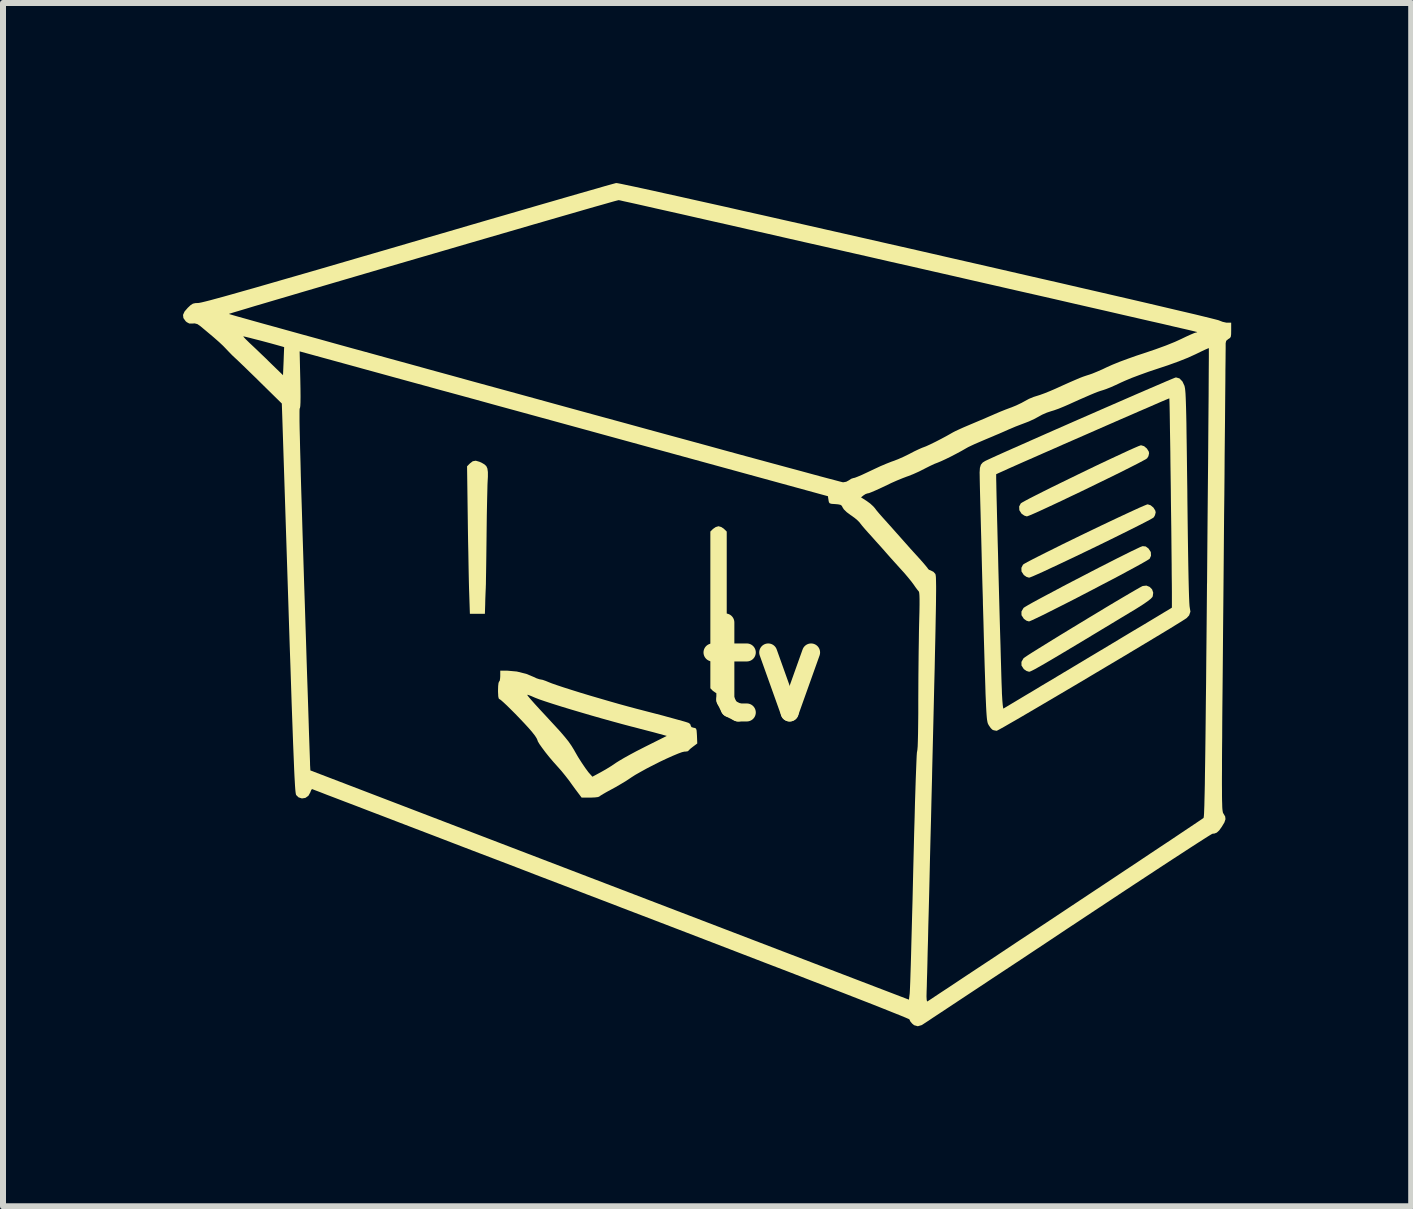
<source format=kicad_pcb>
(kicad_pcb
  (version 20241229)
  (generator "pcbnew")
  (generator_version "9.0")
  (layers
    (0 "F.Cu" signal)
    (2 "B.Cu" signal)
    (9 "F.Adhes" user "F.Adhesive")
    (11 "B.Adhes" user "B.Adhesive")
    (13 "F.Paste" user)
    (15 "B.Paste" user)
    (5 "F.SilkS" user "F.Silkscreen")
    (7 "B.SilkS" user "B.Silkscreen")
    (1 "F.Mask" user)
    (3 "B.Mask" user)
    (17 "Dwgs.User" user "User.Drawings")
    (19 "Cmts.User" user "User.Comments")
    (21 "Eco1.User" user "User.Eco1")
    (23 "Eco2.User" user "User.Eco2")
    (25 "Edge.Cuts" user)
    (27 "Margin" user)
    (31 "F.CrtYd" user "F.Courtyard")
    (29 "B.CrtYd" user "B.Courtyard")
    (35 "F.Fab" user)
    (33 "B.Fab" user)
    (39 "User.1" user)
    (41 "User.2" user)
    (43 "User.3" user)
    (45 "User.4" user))
  (footprint "tv"
    (layer "F.Cu")
    (at 9.68 8.144)
    (property "Reference" "tv" (at 0 0 0) (layer "F.SilkS") (effects (font (size 1.5 1.5) (thickness 0.3))))
    (attr board_only exclude_from_pos_files exclude_from_bom)
    (fp_poly (pts (xy -0.711 -2.412) (xy -0.666 -2.382) (xy -0.665 -2.38) (xy -0.62 -2.336) (xy -0.62 -1.03) (xy -0.62 0.275) (xy -0.665 0.32) (xy -0.709 0.351) (xy -0.755 0.365) (xy -0.757 0.365) (xy -0.802 0.352) (xy -0.847 0.321) (xy -0.849 0.32) (xy -0.893 0.275) (xy -0.893 -1.03) (xy -0.893 -2.336) (xy -0.849 -2.38) (xy -0.804 -2.411) (xy -0.758 -2.425) (xy -0.757 -2.425)) (stroke (width 0) (type solid)) (fill yes) (layer "F.SilkS"))
    (fp_poly (pts (xy -4.74 -3.499) (xy -4.704 -3.483) (xy -4.658 -3.456) (xy -4.626 -3.426) (xy -4.608 -3.386) (xy -4.6 -3.329) (xy -4.6 -3.248) (xy -4.604 -3.176) (xy -4.607 -3.113) (xy -4.609 -3.019) (xy -4.612 -2.9) (xy -4.615 -2.76) (xy -4.618 -2.606) (xy -4.62 -2.442) (xy -4.622 -2.274) (xy -4.622 -2.261) (xy -4.624 -2.096) (xy -4.626 -1.937) (xy -4.628 -1.79) (xy -4.63 -1.658) (xy -4.632 -1.548) (xy -4.633 -1.463) (xy -4.635 -1.409) (xy -4.635 -1.404) (xy -4.639 -1.314) (xy -4.643 -1.21) (xy -4.645 -1.117) (xy -4.65 -0.966) (xy -4.775 -0.966) (xy -4.9 -0.966) (xy -4.911 -1.299) (xy -4.914 -1.387) (xy -4.917 -1.506) (xy -4.92 -1.65) (xy -4.923 -1.814) (xy -4.926 -1.994) (xy -4.93 -2.182) (xy -4.933 -2.375) (xy -4.935 -2.528) (xy -4.947 -3.424) (xy -4.899 -3.472) (xy -4.852 -3.508) (xy -4.802 -3.517)) (stroke (width 0) (type solid)) (fill yes) (layer "F.SilkS"))
    (fp_poly (pts (xy 6.335 -3.759) (xy 6.381 -3.72) (xy 6.412 -3.671) (xy 6.418 -3.641) (xy 6.407 -3.592) (xy 6.386 -3.558) (xy 6.364 -3.542) (xy 6.312 -3.514) (xy 6.235 -3.473) (xy 6.135 -3.422) (xy 6.016 -3.362) (xy 5.882 -3.295) (xy 5.737 -3.224) (xy 5.583 -3.149) (xy 5.425 -3.072) (xy 5.266 -2.995) (xy 5.11 -2.921) (xy 4.96 -2.849) (xy 4.819 -2.783) (xy 4.692 -2.724) (xy 4.582 -2.673) (xy 4.492 -2.633) (xy 4.426 -2.605) (xy 4.388 -2.591) (xy 4.381 -2.589) (xy 4.339 -2.602) (xy 4.295 -2.632) (xy 4.293 -2.634) (xy 4.256 -2.692) (xy 4.253 -2.754) (xy 4.28 -2.806) (xy 4.303 -2.821) (xy 4.355 -2.85) (xy 4.432 -2.891) (xy 4.532 -2.942) (xy 4.651 -3.002) (xy 4.785 -3.069) (xy 4.93 -3.14) (xy 5.084 -3.215) (xy 5.242 -3.292) (xy 5.401 -3.369) (xy 5.557 -3.444) (xy 5.707 -3.515) (xy 5.848 -3.581) (xy 5.975 -3.64) (xy 6.085 -3.691) (xy 6.175 -3.731) (xy 6.24 -3.759) (xy 6.278 -3.773) (xy 6.285 -3.774)) (stroke (width 0) (type solid)) (fill yes) (layer "F.SilkS"))
    (fp_poly (pts (xy 6.362 -2.088) (xy 6.408 -2.054) (xy 6.447 -1.995) (xy 6.45 -1.933) (xy 6.428 -1.884) (xy 6.407 -1.869) (xy 6.357 -1.839) (xy 6.281 -1.796) (xy 6.183 -1.742) (xy 6.066 -1.679) (xy 5.935 -1.608) (xy 5.791 -1.532) (xy 5.639 -1.453) (xy 5.483 -1.371) (xy 5.325 -1.289) (xy 5.169 -1.208) (xy 5.018 -1.131) (xy 4.877 -1.06) (xy 4.748 -0.995) (xy 4.636 -0.939) (xy 4.542 -0.894) (xy 4.472 -0.861) (xy 4.428 -0.842) (xy 4.415 -0.839) (xy 4.375 -0.851) (xy 4.332 -0.881) (xy 4.33 -0.884) (xy 4.292 -0.942) (xy 4.291 -1.003) (xy 4.325 -1.062) (xy 4.326 -1.064) (xy 4.35 -1.08) (xy 4.402 -1.111) (xy 4.48 -1.155) (xy 4.581 -1.21) (xy 4.699 -1.273) (xy 4.833 -1.344) (xy 4.977 -1.421) (xy 5.13 -1.501) (xy 5.287 -1.582) (xy 5.444 -1.664) (xy 5.599 -1.744) (xy 5.747 -1.819) (xy 5.886 -1.89) (xy 6.011 -1.952) (xy 6.119 -2.006) (xy 6.207 -2.048) (xy 6.27 -2.078) (xy 6.307 -2.092) (xy 6.311 -2.093)) (stroke (width 0) (type solid)) (fill yes) (layer "F.SilkS"))
    (fp_poly (pts (xy 6.444 -2.774) (xy 6.49 -2.736) (xy 6.521 -2.687) (xy 6.528 -2.656) (xy 6.516 -2.608) (xy 6.496 -2.573) (xy 6.474 -2.558) (xy 6.422 -2.529) (xy 6.344 -2.488) (xy 6.244 -2.437) (xy 6.125 -2.377) (xy 5.99 -2.31) (xy 5.843 -2.237) (xy 5.688 -2.161) (xy 5.528 -2.083) (xy 5.366 -2.005) (xy 5.206 -1.928) (xy 5.052 -1.855) (xy 4.906 -1.786) (xy 4.773 -1.724) (xy 4.656 -1.669) (xy 4.558 -1.625) (xy 4.483 -1.592) (xy 4.435 -1.573) (xy 4.418 -1.568) (xy 4.375 -1.581) (xy 4.332 -1.611) (xy 4.33 -1.613) (xy 4.292 -1.671) (xy 4.29 -1.732) (xy 4.317 -1.785) (xy 4.339 -1.8) (xy 4.391 -1.829) (xy 4.469 -1.87) (xy 4.569 -1.921) (xy 4.688 -1.981) (xy 4.823 -2.048) (xy 4.969 -2.121) (xy 5.125 -2.197) (xy 5.285 -2.275) (xy 5.447 -2.353) (xy 5.607 -2.43) (xy 5.761 -2.503) (xy 5.907 -2.572) (xy 6.04 -2.634) (xy 6.157 -2.688) (xy 6.255 -2.733) (xy 6.329 -2.765) (xy 6.378 -2.785) (xy 6.395 -2.79)) (stroke (width 0) (type solid)) (fill yes) (layer "F.SilkS"))
    (fp_poly (pts (xy 6.428 -1.414) (xy 6.468 -1.373) (xy 6.487 -1.318) (xy 6.479 -1.258) (xy 6.472 -1.244) (xy 6.446 -1.216) (xy 6.391 -1.173) (xy 6.314 -1.12) (xy 6.218 -1.059) (xy 6.2 -1.048) (xy 5.923 -0.881) (xy 5.676 -0.732) (xy 5.457 -0.6) (xy 5.265 -0.484) (xy 5.097 -0.384) (xy 4.952 -0.297) (xy 4.829 -0.224) (xy 4.725 -0.163) (xy 4.639 -0.113) (xy 4.57 -0.074) (xy 4.517 -0.044) (xy 4.476 -0.023) (xy 4.447 -0.009) (xy 4.428 -0.002) (xy 4.419 -0.000001) (xy 4.376 -0.013) (xy 4.332 -0.043) (xy 4.33 -0.045) (xy 4.292 -0.103) (xy 4.291 -0.164) (xy 4.325 -0.224) (xy 4.326 -0.225) (xy 4.348 -0.241) (xy 4.398 -0.275) (xy 4.473 -0.323) (xy 4.569 -0.383) (xy 4.684 -0.454) (xy 4.813 -0.534) (xy 4.953 -0.62) (xy 5.101 -0.71) (xy 5.254 -0.803) (xy 5.409 -0.897) (xy 5.562 -0.989) (xy 5.709 -1.078) (xy 5.848 -1.161) (xy 5.975 -1.236) (xy 6.087 -1.302) (xy 6.18 -1.356) (xy 6.251 -1.397) (xy 6.297 -1.422) (xy 6.312 -1.429) (xy 6.373 -1.436)) (stroke (width 0) (type solid)) (fill yes) (layer "F.SilkS"))
    (fp_poly (pts (xy -4.118 -0.004) (xy -3.961 0.035) (xy -3.845 0.083) (xy -3.789 0.109) (xy -3.741 0.125) (xy -3.723 0.128) (xy -3.687 0.135) (xy -3.633 0.154) (xy -3.59 0.172) (xy -3.534 0.194) (xy -3.448 0.224) (xy -3.337 0.261) (xy -3.205 0.303) (xy -3.058 0.349) (xy -2.899 0.397) (xy -2.735 0.445) (xy -2.57 0.493) (xy -2.409 0.539) (xy -2.256 0.581) (xy -2.118 0.618) (xy -2.036 0.639) (xy -1.925 0.668) (xy -1.801 0.7) (xy -1.682 0.731) (xy -1.614 0.75) (xy -1.522 0.775) (xy -1.432 0.8) (xy -1.356 0.821) (xy -1.317 0.832) (xy -1.258 0.851) (xy -1.229 0.871) (xy -1.222 0.893) (xy -1.208 0.922) (xy -1.172 0.933) (xy -1.145 0.938) (xy -1.13 0.951) (xy -1.122 0.979) (xy -1.118 1.032) (xy -1.116 1.067) (xy -1.111 1.195) (xy -1.184 1.25) (xy -1.226 1.283) (xy -1.253 1.309) (xy -1.258 1.317) (xy -1.274 1.326) (xy -1.314 1.331) (xy -1.327 1.331) (xy -1.366 1.34) (xy -1.431 1.364) (xy -1.517 1.4) (xy -1.618 1.445) (xy -1.728 1.497) (xy -1.841 1.554) (xy -1.952 1.611) (xy -2.055 1.668) (xy -2.145 1.719) (xy -2.215 1.764) (xy -2.225 1.771) (xy -2.291 1.815) (xy -2.377 1.867) (xy -2.471 1.922) (xy -2.539 1.959) (xy -2.615 2) (xy -2.68 2.037) (xy -2.725 2.065) (xy -2.745 2.08) (xy -2.745 2.08) (xy -2.767 2.088) (xy -2.816 2.094) (xy -2.882 2.097) (xy -2.897 2.097) (xy -3.038 2.097) (xy -3.101 2.013) (xy -3.144 1.956) (xy -3.197 1.883) (xy -3.248 1.812) (xy -3.249 1.811) (xy -3.307 1.736) (xy -3.375 1.652) (xy -3.44 1.579) (xy -3.441 1.578) (xy -3.508 1.503) (xy -3.577 1.422) (xy -3.641 1.342) (xy -3.697 1.267) (xy -3.741 1.205) (xy -3.768 1.159) (xy -3.774 1.14) (xy -3.786 1.112) (xy -3.815 1.066) (xy -3.858 1.011) (xy -3.869 0.997) (xy -3.924 0.934) (xy -3.991 0.861) (xy -4.065 0.783) (xy -4.141 0.704) (xy -4.216 0.629) (xy -4.284 0.562) (xy -4.342 0.508) (xy -4.384 0.471) (xy -4.407 0.456) (xy -4.408 0.456) (xy -4.42 0.444) (xy -4.428 0.405) (xy -4.428 0.388) (xy -3.943 0.388) (xy -3.933 0.403) (xy -3.91 0.432) (xy -3.872 0.476) (xy -3.817 0.538) (xy -3.743 0.619) (xy -3.648 0.721) (xy -3.531 0.848) (xy -3.491 0.891) (xy -3.393 0.998) (xy -3.317 1.087) (xy -3.256 1.163) (xy -3.206 1.235) (xy -3.162 1.307) (xy -3.154 1.322) (xy -3.097 1.421) (xy -3.035 1.518) (xy -2.976 1.605) (xy -2.925 1.674) (xy -2.903 1.699) (xy -2.858 1.749) (xy -2.719 1.674) (xy -2.634 1.626) (xy -2.543 1.57) (xy -2.465 1.517) (xy -2.462 1.515) (xy -2.409 1.482) (xy -2.331 1.436) (xy -2.234 1.382) (xy -2.124 1.323) (xy -2.01 1.265) (xy -1.981 1.25) (xy -1.619 1.069) (xy -1.772 1.027) (xy -1.845 1.007) (xy -1.942 0.982) (xy -2.054 0.953) (xy -2.167 0.923) (xy -2.208 0.913) (xy -2.359 0.873) (xy -2.523 0.828) (xy -2.696 0.78) (xy -2.871 0.73) (xy -3.045 0.679) (xy -3.214 0.629) (xy -3.372 0.581) (xy -3.515 0.536) (xy -3.638 0.496) (xy -3.738 0.462) (xy -3.808 0.435) (xy -3.827 0.427) (xy -3.882 0.403) (xy -3.925 0.387) (xy -3.942 0.383) (xy -3.943 0.388) (xy -4.428 0.388) (xy -4.431 0.336) (xy -4.431 0.31) (xy -4.429 0.238) (xy -4.423 0.187) (xy -4.414 0.165) (xy -4.413 0.164) (xy -4.402 0.148) (xy -4.396 0.106) (xy -4.394 0.073) (xy -4.394 -0.018) (xy -4.274 -0.018)) (stroke (width 0) (type solid)) (fill yes) (layer "F.SilkS"))
    (fp_poly (pts (xy 6.925 -4.888) (xy 6.974 -4.837) (xy 7.008 -4.764) (xy 7.012 -4.745) (xy 7.017 -4.719) (xy 7.021 -4.683) (xy 7.025 -4.635) (xy 7.028 -4.573) (xy 7.031 -4.495) (xy 7.034 -4.399) (xy 7.037 -4.282) (xy 7.04 -4.142) (xy 7.042 -3.978) (xy 7.045 -3.786) (xy 7.048 -3.566) (xy 7.051 -3.314) (xy 7.055 -3.029) (xy 7.056 -2.894) (xy 7.06 -2.553) (xy 7.064 -2.247) (xy 7.068 -1.978) (xy 7.072 -1.744) (xy 7.076 -1.545) (xy 7.08 -1.381) (xy 7.084 -1.252) (xy 7.088 -1.157) (xy 7.092 -1.096) (xy 7.096 -1.068) (xy 7.096 -1.067) (xy 7.107 -1.002) (xy 7.085 -0.939) (xy 7.043 -0.894) (xy 7.013 -0.874) (xy 6.955 -0.837) (xy 6.872 -0.786) (xy 6.767 -0.721) (xy 6.641 -0.645) (xy 6.498 -0.559) (xy 6.34 -0.464) (xy 6.17 -0.362) (xy 5.99 -0.254) (xy 5.803 -0.143) (xy 5.611 -0.029) (xy 5.418 0.086) (xy 5.225 0.201) (xy 5.035 0.313) (xy 4.85 0.422) (xy 4.675 0.525) (xy 4.51 0.622) (xy 4.358 0.711) (xy 4.223 0.79) (xy 4.106 0.857) (xy 4.011 0.912) (xy 3.939 0.952) (xy 3.893 0.977) (xy 3.877 0.984) (xy 3.829 0.975) (xy 3.806 0.965) (xy 3.778 0.937) (xy 3.747 0.892) (xy 3.738 0.876) (xy 3.732 0.863) (xy 3.727 0.848) (xy 3.723 0.828) (xy 3.718 0.8) (xy 3.714 0.764) (xy 3.71 0.716) (xy 3.706 0.656) (xy 3.702 0.58) (xy 3.698 0.486) (xy 3.693 0.374) (xy 3.689 0.239) (xy 3.684 0.081) (xy 3.678 -0.102) (xy 3.672 -0.314) (xy 3.665 -0.555) (xy 3.658 -0.827) (xy 3.649 -1.134) (xy 3.648 -1.207) (xy 3.64 -1.477) (xy 3.633 -1.738) (xy 3.627 -1.987) (xy 3.621 -2.223) (xy 3.615 -2.443) (xy 3.61 -2.644) (xy 3.605 -2.823) (xy 3.601 -2.979) (xy 3.598 -3.109) (xy 3.596 -3.21) (xy 3.595 -3.273) (xy 3.87 -3.273) (xy 3.87 -3.221) (xy 3.872 -3.139) (xy 3.874 -3.029) (xy 3.877 -2.894) (xy 3.881 -2.738) (xy 3.885 -2.563) (xy 3.89 -2.373) (xy 3.895 -2.169) (xy 3.901 -1.956) (xy 3.906 -1.736) (xy 3.912 -1.511) (xy 3.918 -1.286) (xy 3.924 -1.063) (xy 3.93 -0.845) (xy 3.936 -0.635) (xy 3.942 -0.436) (xy 3.947 -0.25) (xy 3.952 -0.081) (xy 3.956 0.068) (xy 3.96 0.194) (xy 3.964 0.295) (xy 3.966 0.367) (xy 3.968 0.397) (xy 3.973 0.481) (xy 3.979 0.55) (xy 3.985 0.596) (xy 3.99 0.614) (xy 3.991 0.614) (xy 4.008 0.603) (xy 4.054 0.576) (xy 4.127 0.532) (xy 4.224 0.474) (xy 4.344 0.402) (xy 4.484 0.319) (xy 4.641 0.224) (xy 4.815 0.121) (xy 5.001 0.009) (xy 5.199 -0.109) (xy 5.397 -0.228) (xy 5.603 -0.351) (xy 5.8 -0.469) (xy 5.986 -0.581) (xy 6.158 -0.684) (xy 6.315 -0.777) (xy 6.453 -0.86) (xy 6.571 -0.931) (xy 6.667 -0.989) (xy 6.738 -1.031) (xy 6.782 -1.058) (xy 6.797 -1.067) (xy 6.798 -1.086) (xy 6.798 -1.137) (xy 6.798 -1.22) (xy 6.798 -1.329) (xy 6.797 -1.463) (xy 6.795 -1.618) (xy 6.794 -1.791) (xy 6.792 -1.98) (xy 6.79 -2.18) (xy 6.788 -2.389) (xy 6.785 -2.605) (xy 6.782 -2.823) (xy 6.78 -3.041) (xy 6.777 -3.256) (xy 6.774 -3.464) (xy 6.772 -3.663) (xy 6.769 -3.85) (xy 6.766 -4.022) (xy 6.764 -4.175) (xy 6.762 -4.306) (xy 6.76 -4.413) (xy 6.758 -4.492) (xy 6.756 -4.541) (xy 6.755 -4.556) (xy 6.738 -4.549) (xy 6.691 -4.53) (xy 6.616 -4.498) (xy 6.517 -4.455) (xy 6.396 -4.402) (xy 6.256 -4.342) (xy 6.101 -4.274) (xy 5.932 -4.201) (xy 5.754 -4.123) (xy 5.569 -4.042) (xy 5.38 -3.959) (xy 5.19 -3.876) (xy 5.002 -3.794) (xy 4.819 -3.713) (xy 4.643 -3.636) (xy 4.478 -3.563) (xy 4.327 -3.497) (xy 4.192 -3.437) (xy 4.077 -3.386) (xy 3.985 -3.344) (xy 3.918 -3.314) (xy 3.879 -3.296) (xy 3.87 -3.292) (xy 3.87 -3.273) (xy 3.595 -3.273) (xy 3.595 -3.28) (xy 3.594 -3.316) (xy 3.594 -3.319) (xy 3.599 -3.397) (xy 3.615 -3.45) (xy 3.646 -3.487) (xy 3.688 -3.513) (xy 3.726 -3.531) (xy 3.793 -3.562) (xy 3.885 -3.604) (xy 4.001 -3.656) (xy 4.138 -3.717) (xy 4.292 -3.785) (xy 4.461 -3.86) (xy 4.642 -3.94) (xy 4.832 -4.024) (xy 5.028 -4.11) (xy 5.228 -4.198) (xy 5.428 -4.285) (xy 5.626 -4.372) (xy 5.819 -4.456) (xy 6.005 -4.537) (xy 6.179 -4.613) (xy 6.341 -4.683) (xy 6.485 -4.745) (xy 6.611 -4.799) (xy 6.715 -4.844) (xy 6.794 -4.877) (xy 6.845 -4.898) (xy 6.866 -4.905) (xy 6.866 -4.905)) (stroke (width 0) (type solid)) (fill yes) (layer "F.SilkS"))
    (fp_poly (pts (xy -2.438 -8.141) (xy -2.38 -8.13) (xy -2.291 -8.111) (xy -2.171 -8.086) (xy -2.023 -8.054) (xy -1.848 -8.016) (xy -1.647 -7.971) (xy -1.424 -7.922) (xy -1.179 -7.867) (xy -0.914 -7.808) (xy -0.631 -7.745) (xy -0.332 -7.677) (xy -0.018 -7.607) (xy 0.308 -7.533) (xy 0.646 -7.457) (xy 0.993 -7.378) (xy 1.347 -7.298) (xy 1.708 -7.216) (xy 2.072 -7.133) (xy 2.439 -7.05) (xy 2.806 -6.966) (xy 3.172 -6.882) (xy 3.536 -6.799) (xy 3.894 -6.717) (xy 4.246 -6.636) (xy 4.59 -6.557) (xy 4.924 -6.481) (xy 5.247 -6.406) (xy 5.556 -6.335) (xy 5.85 -6.267) (xy 6.127 -6.203) (xy 6.385 -6.143) (xy 6.623 -6.087) (xy 6.839 -6.036) (xy 7.031 -5.991) (xy 7.197 -5.952) (xy 7.336 -5.918) (xy 7.446 -5.891) (xy 7.525 -5.871) (xy 7.571 -5.859) (xy 7.582 -5.855) (xy 7.644 -5.831) (xy 7.707 -5.817) (xy 7.721 -5.817) (xy 7.786 -5.817) (xy 7.786 -5.692) (xy 7.785 -5.625) (xy 7.78 -5.585) (xy 7.767 -5.563) (xy 7.745 -5.548) (xy 7.74 -5.546) (xy 7.703 -5.515) (xy 7.694 -5.475) (xy 7.694 -5.452) (xy 7.694 -5.395) (xy 7.693 -5.304) (xy 7.692 -5.182) (xy 7.69 -5.03) (xy 7.689 -4.851) (xy 7.687 -4.645) (xy 7.685 -4.414) (xy 7.683 -4.161) (xy 7.68 -3.887) (xy 7.677 -3.593) (xy 7.675 -3.281) (xy 7.672 -2.954) (xy 7.668 -2.612) (xy 7.665 -2.257) (xy 7.662 -1.892) (xy 7.659 -1.552) (xy 7.655 -1.11) (xy 7.651 -0.702) (xy 7.648 -0.329) (xy 7.645 0.013) (xy 7.642 0.324) (xy 7.639 0.606) (xy 7.637 0.86) (xy 7.636 1.088) (xy 7.634 1.291) (xy 7.633 1.471) (xy 7.633 1.629) (xy 7.632 1.767) (xy 7.632 1.886) (xy 7.633 1.987) (xy 7.633 2.072) (xy 7.634 2.143) (xy 7.636 2.201) (xy 7.637 2.247) (xy 7.639 2.282) (xy 7.642 2.31) (xy 7.645 2.329) (xy 7.648 2.344) (xy 7.651 2.353) (xy 7.655 2.36) (xy 7.659 2.366) (xy 7.659 2.366) (xy 7.686 2.412) (xy 7.691 2.457) (xy 7.673 2.511) (xy 7.631 2.581) (xy 7.586 2.644) (xy 7.547 2.68) (xy 7.507 2.696) (xy 7.475 2.699) (xy 7.456 2.709) (xy 7.408 2.738) (xy 7.334 2.785) (xy 7.234 2.849) (xy 7.11 2.929) (xy 6.964 3.024) (xy 6.798 3.132) (xy 6.613 3.253) (xy 6.411 3.386) (xy 6.193 3.529) (xy 5.961 3.682) (xy 5.718 3.843) (xy 5.464 4.011) (xy 5.2 4.186) (xy 5.053 4.283) (xy 4.786 4.461) (xy 4.527 4.633) (xy 4.277 4.799) (xy 4.038 4.957) (xy 3.812 5.106) (xy 3.601 5.246) (xy 3.406 5.375) (xy 3.229 5.492) (xy 3.072 5.596) (xy 2.936 5.686) (xy 2.822 5.761) (xy 2.734 5.82) (xy 2.671 5.861) (xy 2.636 5.884) (xy 2.629 5.888) (xy 2.564 5.907) (xy 2.503 5.89) (xy 2.47 5.863) (xy 2.439 5.826) (xy 2.425 5.795) (xy 2.425 5.793) (xy 2.408 5.784) (xy 2.357 5.762) (xy 2.272 5.727) (xy 2.154 5.68) (xy 2.002 5.619) (xy 1.818 5.546) (xy 1.6 5.461) (xy 1.349 5.363) (xy 1.065 5.253) (xy 0.749 5.131) (xy 0.401 4.996) (xy 0.02 4.85) (xy -0.393 4.691) (xy -0.837 4.52) (xy -1.313 4.337) (xy -1.821 4.142) (xy -2.36 3.936) (xy -2.546 3.864) (xy -2.955 3.708) (xy -3.355 3.554) (xy -3.746 3.405) (xy -4.124 3.259) (xy -4.49 3.119) (xy -4.842 2.985) (xy -5.178 2.856) (xy -5.498 2.733) (xy -5.799 2.618) (xy -6.081 2.51) (xy -6.341 2.41) (xy -6.58 2.319) (xy -6.795 2.236) (xy -6.985 2.164) (xy -7.149 2.101) (xy -7.286 2.049) (xy -7.393 2.007) (xy -7.47 1.978) (xy -7.516 1.96) (xy -7.529 1.955) (xy -7.542 1.967) (xy -7.557 2.003) (xy -7.559 2.01) (xy -7.591 2.067) (xy -7.641 2.102) (xy -7.699 2.111) (xy -7.755 2.093) (xy -7.795 2.054) (xy -7.798 2.045) (xy -7.802 2.026) (xy -7.806 1.996) (xy -7.81 1.954) (xy -7.814 1.898) (xy -7.818 1.827) (xy -7.823 1.739) (xy -7.828 1.633) (xy -7.833 1.507) (xy -7.839 1.36) (xy -7.846 1.19) (xy -7.853 0.995) (xy -7.861 0.775) (xy -7.87 0.528) (xy -7.879 0.252) (xy -7.889 -0.054) (xy -7.901 -0.392) (xy -7.913 -0.763) (xy -7.926 -1.169) (xy -7.928 -1.229) (xy -8.027 -4.269) (xy -7.739 -4.269) (xy -7.739 -4.175) (xy -7.737 -4.052) (xy -7.733 -3.899) (xy -7.729 -3.717) (xy -7.723 -3.504) (xy -7.717 -3.259) (xy -7.709 -2.982) (xy -7.699 -2.671) (xy -7.689 -2.327) (xy -7.677 -1.948) (xy -7.664 -1.533) (xy -7.661 -1.44) (xy -7.65 -1.114) (xy -7.64 -0.797) (xy -7.63 -0.492) (xy -7.621 -0.2) (xy -7.612 0.077) (xy -7.603 0.337) (xy -7.595 0.578) (xy -7.588 0.797) (xy -7.582 0.993) (xy -7.576 1.165) (xy -7.571 1.309) (xy -7.567 1.424) (xy -7.564 1.508) (xy -7.563 1.559) (xy -7.562 1.574) (xy -7.558 1.644) (xy -2.571 3.554) (xy 2.416 5.464) (xy 2.429 5.362) (xy 2.431 5.33) (xy 2.434 5.265) (xy 2.438 5.168) (xy 2.442 5.041) (xy 2.447 4.889) (xy 2.452 4.713) (xy 2.457 4.515) (xy 2.463 4.298) (xy 2.469 4.066) (xy 2.476 3.819) (xy 2.482 3.561) (xy 2.488 3.301) (xy 2.496 2.985) (xy 2.503 2.693) (xy 2.511 2.425) (xy 2.517 2.183) (xy 2.524 1.968) (xy 2.53 1.782) (xy 2.536 1.626) (xy 2.541 1.5) (xy 2.545 1.407) (xy 2.549 1.348) (xy 2.553 1.324) (xy 2.553 1.324) (xy 2.557 1.301) (xy 2.562 1.243) (xy 2.565 1.152) (xy 2.568 1.029) (xy 2.57 0.877) (xy 2.572 0.695) (xy 2.572 0.487) (xy 2.572 0.475) (xy 2.573 0.281) (xy 2.574 0.08) (xy 2.576 -0.123) (xy 2.578 -0.32) (xy 2.581 -0.503) (xy 2.583 -0.666) (xy 2.586 -0.802) (xy 2.587 -0.839) (xy 2.591 -0.995) (xy 2.593 -1.118) (xy 2.593 -1.211) (xy 2.591 -1.276) (xy 2.587 -1.318) (xy 2.581 -1.338) (xy 2.579 -1.34) (xy 2.558 -1.365) (xy 2.525 -1.409) (xy 2.497 -1.45) (xy 2.456 -1.505) (xy 2.399 -1.575) (xy 2.338 -1.647) (xy 2.317 -1.67) (xy 2.258 -1.735) (xy 2.184 -1.817) (xy 2.104 -1.906) (xy 2.029 -1.991) (xy 2.024 -1.997) (xy 1.95 -2.081) (xy 1.872 -2.167) (xy 1.801 -2.247) (xy 1.744 -2.31) (xy 1.74 -2.314) (xy 1.686 -2.375) (xy 1.638 -2.431) (xy 1.604 -2.474) (xy 1.597 -2.484) (xy 1.566 -2.517) (xy 1.515 -2.561) (xy 1.454 -2.605) (xy 1.45 -2.607) (xy 1.38 -2.659) (xy 1.331 -2.707) (xy 1.313 -2.735) (xy 1.297 -2.766) (xy 1.274 -2.782) (xy 1.234 -2.79) (xy 1.188 -2.794) (xy 1.129 -2.798) (xy 1.098 -2.806) (xy 1.083 -2.824) (xy 1.076 -2.858) (xy 1.076 -2.862) (xy 1.069 -2.906) (xy 1.618 -2.906) (xy 1.712 -2.846) (xy 1.771 -2.803) (xy 1.822 -2.756) (xy 1.846 -2.729) (xy 1.877 -2.688) (xy 1.924 -2.632) (xy 1.979 -2.57) (xy 1.996 -2.551) (xy 2.051 -2.49) (xy 2.121 -2.412) (xy 2.198 -2.325) (xy 2.273 -2.241) (xy 2.279 -2.234) (xy 2.358 -2.145) (xy 2.443 -2.049) (xy 2.526 -1.958) (xy 2.594 -1.883) (xy 2.65 -1.82) (xy 2.695 -1.767) (xy 2.725 -1.73) (xy 2.735 -1.714) (xy 2.751 -1.699) (xy 2.78 -1.688) (xy 2.825 -1.665) (xy 2.854 -1.633) (xy 2.858 -1.626) (xy 2.861 -1.613) (xy 2.864 -1.594) (xy 2.866 -1.567) (xy 2.867 -1.531) (xy 2.868 -1.483) (xy 2.869 -1.423) (xy 2.869 -1.348) (xy 2.868 -1.258) (xy 2.867 -1.15) (xy 2.865 -1.023) (xy 2.862 -0.876) (xy 2.859 -0.707) (xy 2.855 -0.515) (xy 2.85 -0.297) (xy 2.845 -0.053) (xy 2.838 0.219) (xy 2.831 0.521) (xy 2.823 0.854) (xy 2.814 1.221) (xy 2.804 1.621) (xy 2.801 1.772) (xy 2.792 2.122) (xy 2.784 2.464) (xy 2.775 2.796) (xy 2.767 3.117) (xy 2.76 3.423) (xy 2.753 3.713) (xy 2.746 3.986) (xy 2.739 4.239) (xy 2.734 4.471) (xy 2.728 4.679) (xy 2.724 4.861) (xy 2.72 5.016) (xy 2.716 5.142) (xy 2.714 5.236) (xy 2.712 5.297) (xy 2.711 5.319) (xy 2.709 5.41) (xy 2.712 5.467) (xy 2.718 5.492) (xy 2.724 5.493) (xy 2.742 5.482) (xy 2.788 5.452) (xy 2.861 5.403) (xy 2.959 5.338) (xy 3.081 5.258) (xy 3.225 5.162) (xy 3.389 5.053) (xy 3.572 4.932) (xy 3.772 4.8) (xy 3.987 4.657) (xy 4.215 4.505) (xy 4.456 4.346) (xy 4.707 4.18) (xy 4.966 4.008) (xy 5.023 3.97) (xy 5.285 3.796) (xy 5.538 3.628) (xy 5.781 3.467) (xy 6.012 3.313) (xy 6.231 3.168) (xy 6.434 3.032) (xy 6.621 2.908) (xy 6.79 2.796) (xy 6.939 2.696) (xy 7.066 2.611) (xy 7.169 2.542) (xy 7.248 2.489) (xy 7.3 2.454) (xy 7.324 2.437) (xy 7.325 2.436) (xy 7.328 2.427) (xy 7.331 2.402) (xy 7.334 2.361) (xy 7.336 2.303) (xy 7.339 2.226) (xy 7.341 2.13) (xy 7.344 2.013) (xy 7.347 1.873) (xy 7.349 1.711) (xy 7.352 1.523) (xy 7.355 1.311) (xy 7.358 1.071) (xy 7.361 0.803) (xy 7.364 0.506) (xy 7.368 0.179) (xy 7.371 -0.18) (xy 7.375 -0.572) (xy 7.379 -0.998) (xy 7.383 -1.459) (xy 7.384 -1.486) (xy 7.387 -1.861) (xy 7.39 -2.226) (xy 7.393 -2.579) (xy 7.396 -2.919) (xy 7.399 -3.245) (xy 7.402 -3.554) (xy 7.404 -3.845) (xy 7.406 -4.116) (xy 7.408 -4.366) (xy 7.41 -4.593) (xy 7.411 -4.795) (xy 7.412 -4.97) (xy 7.413 -5.118) (xy 7.414 -5.235) (xy 7.414 -5.321) (xy 7.414 -5.374) (xy 7.414 -5.393) (xy 7.397 -5.387) (xy 7.353 -5.368) (xy 7.289 -5.338) (xy 7.211 -5.3) (xy 7.19 -5.29) (xy 7.065 -5.233) (xy 6.909 -5.171) (xy 6.729 -5.106) (xy 6.563 -5.051) (xy 6.41 -5) (xy 6.263 -4.947) (xy 6.13 -4.897) (xy 6.018 -4.85) (xy 5.953 -4.821) (xy 5.864 -4.779) (xy 5.776 -4.74) (xy 5.7 -4.71) (xy 5.653 -4.694) (xy 5.61 -4.681) (xy 5.564 -4.665) (xy 5.51 -4.644) (xy 5.443 -4.616) (xy 5.358 -4.579) (xy 5.25 -4.532) (xy 5.115 -4.471) (xy 5.087 -4.458) (xy 4.997 -4.419) (xy 4.909 -4.383) (xy 4.833 -4.356) (xy 4.783 -4.341) (xy 4.714 -4.318) (xy 4.636 -4.284) (xy 4.582 -4.254) (xy 4.504 -4.212) (xy 4.415 -4.171) (xy 4.358 -4.149) (xy 4.284 -4.121) (xy 4.193 -4.086) (xy 4.104 -4.048) (xy 4.084 -4.04) (xy 4.001 -4.003) (xy 3.916 -3.966) (xy 3.844 -3.936) (xy 3.829 -3.929) (xy 3.695 -3.873) (xy 3.59 -3.828) (xy 3.509 -3.793) (xy 3.449 -3.765) (xy 3.403 -3.743) (xy 3.369 -3.724) (xy 3.359 -3.718) (xy 3.289 -3.678) (xy 3.205 -3.633) (xy 3.115 -3.586) (xy 3.027 -3.543) (xy 2.951 -3.508) (xy 2.896 -3.485) (xy 2.888 -3.482) (xy 2.839 -3.463) (xy 2.771 -3.431) (xy 2.695 -3.393) (xy 2.67 -3.38) (xy 2.583 -3.336) (xy 2.487 -3.293) (xy 2.401 -3.259) (xy 2.388 -3.255) (xy 2.309 -3.225) (xy 2.214 -3.186) (xy 2.119 -3.144) (xy 2.089 -3.129) (xy 1.963 -3.069) (xy 1.867 -3.025) (xy 1.797 -2.995) (xy 1.751 -2.977) (xy 1.725 -2.972) (xy 1.693 -2.961) (xy 1.659 -2.939) (xy 1.618 -2.906) (xy 1.069 -2.906) (xy 1.067 -2.925) (xy -2.343 -3.86) (xy -2.704 -3.959) (xy -3.064 -4.058) (xy -3.422 -4.156) (xy -3.776 -4.253) (xy -4.123 -4.348) (xy -4.46 -4.44) (xy -4.785 -4.53) (xy -5.096 -4.615) (xy -5.391 -4.695) (xy -5.666 -4.771) (xy -5.919 -4.84) (xy -6.149 -4.903) (xy -6.352 -4.959) (xy -6.527 -5.007) (xy -6.67 -5.046) (xy -6.745 -5.067) (xy -7.737 -5.339) (xy -7.726 -4.868) (xy -7.723 -4.708) (xy -7.722 -4.582) (xy -7.723 -4.49) (xy -7.726 -4.428) (xy -7.731 -4.396) (xy -7.735 -4.39) (xy -7.738 -4.376) (xy -7.739 -4.336) (xy -7.739 -4.269) (xy -8.027 -4.269) (xy -8.034 -4.47) (xy -8.371 -4.801) (xy -8.467 -4.896) (xy -8.561 -4.987) (xy -8.646 -5.07) (xy -8.718 -5.139) (xy -8.772 -5.191) (xy -8.798 -5.215) (xy -8.861 -5.274) (xy -8.925 -5.34) (xy -8.962 -5.379) (xy -9.011 -5.43) (xy -9.078 -5.493) (xy -9.168 -5.572) (xy -9.188 -5.589) (xy -8.676 -5.589) (xy -8.667 -5.575) (xy -8.636 -5.542) (xy -8.591 -5.498) (xy -8.578 -5.485) (xy -8.529 -5.439) (xy -8.46 -5.374) (xy -8.38 -5.297) (xy -8.295 -5.216) (xy -8.244 -5.165) (xy -8.014 -4.942) (xy -8.004 -5.174) (xy -8.001 -5.262) (xy -7.998 -5.335) (xy -7.996 -5.386) (xy -7.995 -5.408) (xy -7.995 -5.409) (xy -8.012 -5.415) (xy -8.058 -5.428) (xy -8.126 -5.447) (xy -8.209 -5.47) (xy -8.302 -5.495) (xy -8.396 -5.52) (xy -8.487 -5.543) (xy -8.567 -5.564) (xy -8.629 -5.579) (xy -8.667 -5.588) (xy -8.676 -5.589) (xy -9.188 -5.589) (xy -9.282 -5.668) (xy -9.391 -5.759) (xy -9.44 -5.793) (xy -9.486 -5.805) (xy -9.522 -5.803) (xy -9.576 -5.803) (xy -9.617 -5.825) (xy -9.636 -5.841) (xy -9.674 -5.894) (xy -9.68 -5.946) (xy -9.673 -5.963) (xy -8.916 -5.963) (xy -8.899 -5.957) (xy -8.848 -5.942) (xy -8.765 -5.918) (xy -8.653 -5.887) (xy -8.511 -5.847) (xy -8.343 -5.8) (xy -8.15 -5.747) (xy -7.934 -5.687) (xy -7.696 -5.621) (xy -7.437 -5.55) (xy -7.161 -5.473) (xy -6.868 -5.392) (xy -6.56 -5.308) (xy -6.238 -5.219) (xy -5.905 -5.128) (xy -5.562 -5.033) (xy -5.211 -4.937) (xy -4.853 -4.838) (xy -4.491 -4.739) (xy -4.125 -4.639) (xy -3.757 -4.538) (xy -3.39 -4.437) (xy -3.025 -4.337) (xy -2.663 -4.238) (xy -2.307 -4.141) (xy -1.958 -4.045) (xy -1.617 -3.952) (xy -1.286 -3.862) (xy -0.967 -3.775) (xy -0.662 -3.691) (xy -0.373 -3.612) (xy -0.1 -3.538) (xy 0.154 -3.469) (xy 0.387 -3.406) (xy 0.599 -3.349) (xy 0.786 -3.298) (xy 0.948 -3.254) (xy 1.083 -3.218) (xy 1.19 -3.19) (xy 1.265 -3.17) (xy 1.309 -3.159) (xy 1.319 -3.157) (xy 1.371 -3.166) (xy 1.417 -3.191) (xy 1.457 -3.217) (xy 1.488 -3.227) (xy 1.488 -3.227) (xy 1.515 -3.233) (xy 1.562 -3.251) (xy 1.633 -3.281) (xy 1.731 -3.327) (xy 1.852 -3.384) (xy 1.942 -3.426) (xy 2.039 -3.467) (xy 2.125 -3.501) (xy 2.151 -3.51) (xy 2.233 -3.541) (xy 2.328 -3.583) (xy 2.418 -3.627) (xy 2.433 -3.635) (xy 2.508 -3.674) (xy 2.58 -3.708) (xy 2.637 -3.733) (xy 2.651 -3.738) (xy 2.701 -3.757) (xy 2.773 -3.79) (xy 2.859 -3.832) (xy 2.95 -3.879) (xy 3.036 -3.925) (xy 3.109 -3.966) (xy 3.121 -3.973) (xy 3.153 -3.991) (xy 3.194 -4.012) (xy 3.248 -4.037) (xy 3.321 -4.07) (xy 3.417 -4.111) (xy 3.54 -4.163) (xy 3.592 -4.185) (xy 3.657 -4.212) (xy 3.739 -4.248) (xy 3.825 -4.285) (xy 3.847 -4.295) (xy 3.934 -4.332) (xy 4.026 -4.369) (xy 4.106 -4.399) (xy 4.121 -4.404) (xy 4.204 -4.438) (xy 4.292 -4.48) (xy 4.345 -4.509) (xy 4.417 -4.548) (xy 4.495 -4.58) (xy 4.546 -4.596) (xy 4.6 -4.613) (xy 4.677 -4.641) (xy 4.766 -4.677) (xy 4.85 -4.713) (xy 4.991 -4.777) (xy 5.103 -4.827) (xy 5.191 -4.865) (xy 5.261 -4.895) (xy 5.318 -4.917) (xy 5.365 -4.933) (xy 5.408 -4.947) (xy 5.416 -4.949) (xy 5.473 -4.969) (xy 5.551 -5.001) (xy 5.641 -5.04) (xy 5.716 -5.076) (xy 5.808 -5.117) (xy 5.926 -5.165) (xy 6.064 -5.216) (xy 6.213 -5.269) (xy 6.326 -5.306) (xy 6.521 -5.372) (xy 6.697 -5.436) (xy 6.848 -5.497) (xy 6.953 -5.545) (xy 7.036 -5.585) (xy 7.109 -5.618) (xy 7.165 -5.642) (xy 7.196 -5.652) (xy 7.199 -5.653) (xy 7.218 -5.657) (xy 7.218 -5.662) (xy 7.199 -5.666) (xy 7.147 -5.679) (xy 7.063 -5.699) (xy 6.949 -5.725) (xy 6.806 -5.758) (xy 6.636 -5.798) (xy 6.441 -5.842) (xy 6.224 -5.892) (xy 5.984 -5.947) (xy 5.725 -6.007) (xy 5.449 -6.07) (xy 5.156 -6.137) (xy 4.849 -6.208) (xy 4.529 -6.281) (xy 4.198 -6.356) (xy 3.858 -6.434) (xy 3.511 -6.513) (xy 3.159 -6.594) (xy 2.802 -6.675) (xy 2.444 -6.757) (xy 2.085 -6.838) (xy 1.728 -6.92) (xy 1.375 -7) (xy 1.026 -7.08) (xy 0.684 -7.157) (xy 0.351 -7.233) (xy 0.028 -7.307) (xy -0.283 -7.377) (xy -0.579 -7.445) (xy -0.86 -7.508) (xy -1.124 -7.568) (xy -1.369 -7.624) (xy -1.592 -7.674) (xy -1.793 -7.719) (xy -1.969 -7.759) (xy -2.119 -7.793) (xy -2.241 -7.82) (xy -2.333 -7.84) (xy -2.393 -7.854) (xy -2.421 -7.859) (xy -2.422 -7.859) (xy -2.442 -7.854) (xy -2.496 -7.84) (xy -2.58 -7.816) (xy -2.692 -7.784) (xy -2.831 -7.745) (xy -2.994 -7.698) (xy -3.18 -7.644) (xy -3.385 -7.585) (xy -3.609 -7.52) (xy -3.848 -7.451) (xy -4.101 -7.377) (xy -4.366 -7.3) (xy -4.641 -7.22) (xy -4.923 -7.138) (xy -5.21 -7.054) (xy -5.501 -6.969) (xy -5.793 -6.884) (xy -6.084 -6.799) (xy -6.372 -6.715) (xy -6.655 -6.632) (xy -6.931 -6.551) (xy -7.197 -6.473) (xy -7.452 -6.398) (xy -7.694 -6.327) (xy -7.92 -6.26) (xy -8.128 -6.199) (xy -8.317 -6.143) (xy -8.484 -6.094) (xy -8.626 -6.051) (xy -8.743 -6.016) (xy -8.831 -5.99) (xy -8.889 -5.972) (xy -8.915 -5.963) (xy -8.916 -5.963) (xy -9.673 -5.963) (xy -9.654 -6.004) (xy -9.601 -6.065) (xy -9.553 -6.11) (xy -9.515 -6.134) (xy -9.475 -6.143) (xy -9.426 -6.145) (xy -9.405 -6.148) (xy -9.366 -6.156) (xy -9.308 -6.17) (xy -9.229 -6.19) (xy -9.13 -6.217) (xy -9.008 -6.25) (xy -8.862 -6.291) (xy -8.693 -6.339) (xy -8.498 -6.394) (xy -8.276 -6.458) (xy -8.027 -6.53) (xy -7.749 -6.61) (xy -7.441 -6.699) (xy -7.102 -6.798) (xy -6.732 -6.906) (xy -6.329 -7.023) (xy -5.929 -7.14) (xy -5.585 -7.241) (xy -5.251 -7.338) (xy -4.927 -7.433) (xy -4.615 -7.524) (xy -4.318 -7.61) (xy -4.036 -7.692) (xy -3.772 -7.769) (xy -3.526 -7.84) (xy -3.302 -7.905) (xy -3.101 -7.963) (xy -2.923 -8.014) (xy -2.772 -8.057) (xy -2.649 -8.093) (xy -2.555 -8.119) (xy -2.493 -8.136) (xy -2.463 -8.144) (xy -2.462 -8.144)) (stroke (width 0) (type solid)) (fill yes) (layer "F.SilkS")))
  (gr_rect
    (start -3 -3)
    (end 20.466 17.051)
    (stroke (width 0.1) (type default))
    (fill no)
    (layer "Edge.Cuts")))
</source>
